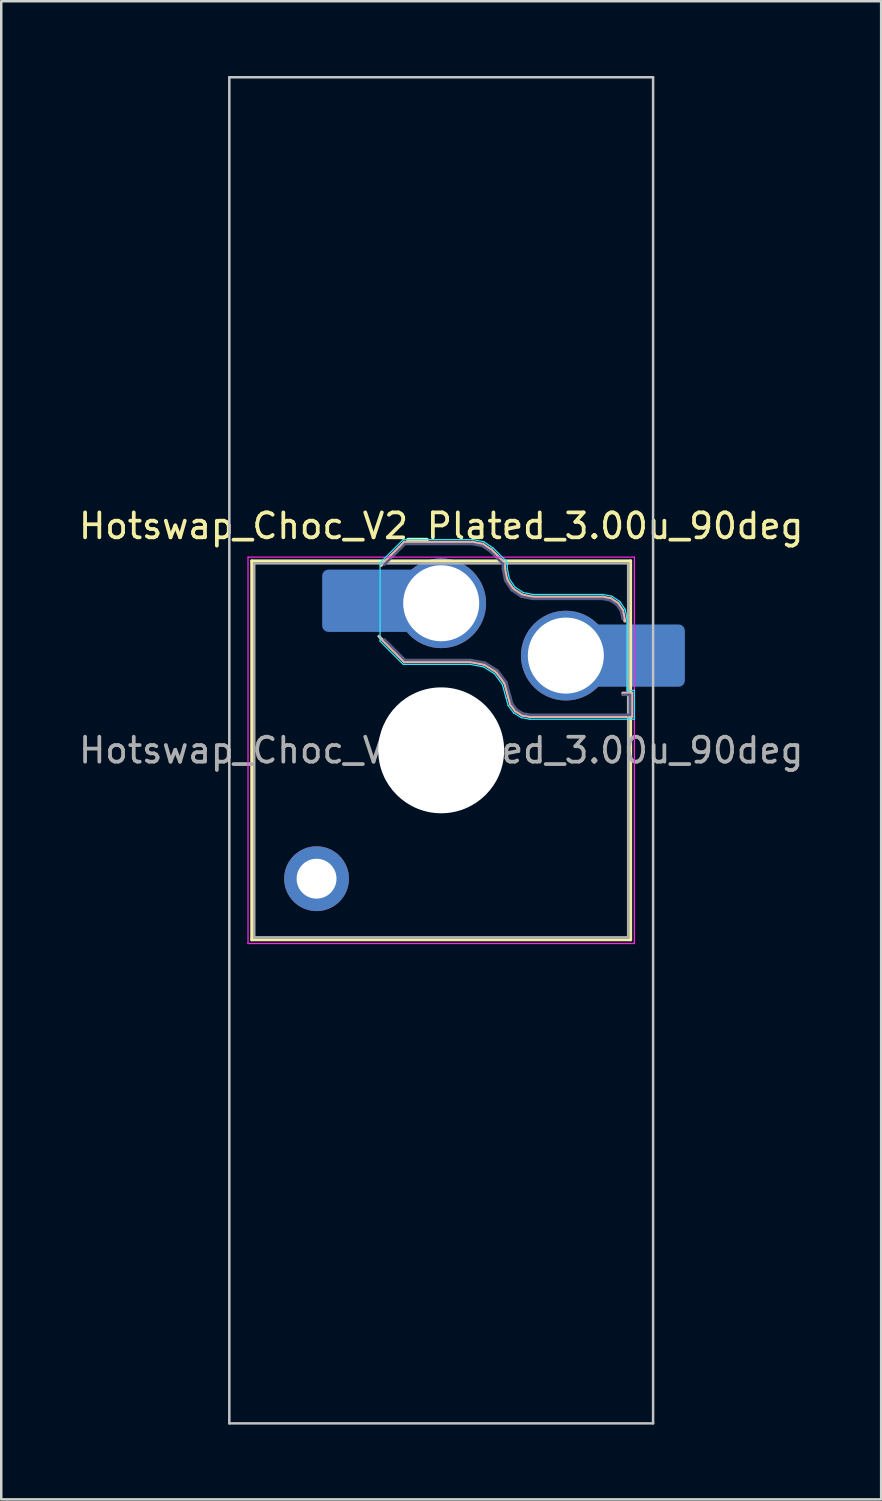
<source format=kicad_pcb>
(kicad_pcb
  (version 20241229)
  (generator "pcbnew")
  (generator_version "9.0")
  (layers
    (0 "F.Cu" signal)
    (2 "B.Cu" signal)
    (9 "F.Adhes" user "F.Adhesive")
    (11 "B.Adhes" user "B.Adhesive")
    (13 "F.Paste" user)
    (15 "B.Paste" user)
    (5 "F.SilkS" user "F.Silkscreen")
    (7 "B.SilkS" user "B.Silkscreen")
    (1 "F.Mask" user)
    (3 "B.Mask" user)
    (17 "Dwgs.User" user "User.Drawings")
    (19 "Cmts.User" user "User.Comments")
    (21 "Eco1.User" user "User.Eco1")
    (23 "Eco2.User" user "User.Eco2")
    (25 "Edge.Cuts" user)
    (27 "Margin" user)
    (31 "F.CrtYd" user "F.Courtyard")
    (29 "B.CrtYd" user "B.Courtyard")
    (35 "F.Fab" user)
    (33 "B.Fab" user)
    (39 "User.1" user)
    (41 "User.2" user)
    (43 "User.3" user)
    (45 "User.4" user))
  (footprint "Hotswap_Choc_V2_Plated_3.00u_90deg"
    (layer "F.Cu")
    (at 14.649 27.05)
    (property "Reference" "Hotswap_Choc_V2_Plated_3.00u_90deg" (at 0 -9 0) (layer "F.SilkS") (effects (font (size 1 1) (thickness 0.15))))
    (attr smd)
    (fp_line (start -7.6 -7.6) (end -7.6 7.6) (stroke (width 0.12) (type solid)) (layer "F.SilkS"))
    (fp_line (start -7.6 7.6) (end 7.6 7.6) (stroke (width 0.12) (type solid)) (layer "F.SilkS"))
    (fp_line (start 7.6 -7.6) (end -7.6 -7.6) (stroke (width 0.12) (type solid)) (layer "F.SilkS"))
    (fp_line (start 7.6 7.6) (end 7.6 -7.6) (stroke (width 0.12) (type solid)) (layer "F.SilkS"))
    (fp_line (start -2.416 -7.409) (end -1.479 -8.346) (stroke (width 0.12) (type solid)) (layer "B.SilkS"))
    (fp_line (start -1.479 -8.346) (end 1.268 -8.346) (stroke (width 0.12) (type solid)) (layer "B.SilkS"))
    (fp_line (start -1.479 -3.554) (end -2.5 -4.575) (stroke (width 0.12) (type solid)) (layer "B.SilkS"))
    (fp_line (start 1.168 -3.554) (end -1.479 -3.554) (stroke (width 0.12) (type solid)) (layer "B.SilkS"))
    (fp_line (start 1.268 -8.346) (end 1.671 -8.266) (stroke (width 0.12) (type solid)) (layer "B.SilkS"))
    (fp_line (start 1.671 -8.266) (end 2.013 -8.037) (stroke (width 0.12) (type solid)) (layer "B.SilkS"))
    (fp_line (start 1.73 -3.449) (end 1.168 -3.554) (stroke (width 0.12) (type solid)) (layer "B.SilkS"))
    (fp_line (start 2.013 -8.037) (end 2.546 -7.504) (stroke (width 0.12) (type solid)) (layer "B.SilkS"))
    (fp_line (start 2.209 -3.15) (end 1.73 -3.449) (stroke (width 0.12) (type solid)) (layer "B.SilkS"))
    (fp_line (start 2.546 -7.504) (end 2.546 -7.282) (stroke (width 0.12) (type solid)) (layer "B.SilkS"))
    (fp_line (start 2.546 -7.282) (end 2.633 -6.844) (stroke (width 0.12) (type solid)) (layer "B.SilkS"))
    (fp_line (start 2.547 -2.697) (end 2.209 -3.15) (stroke (width 0.12) (type solid)) (layer "B.SilkS"))
    (fp_line (start 2.633 -6.844) (end 2.877 -6.477) (stroke (width 0.12) (type solid)) (layer "B.SilkS"))
    (fp_line (start 2.701 -2.139) (end 2.547 -2.697) (stroke (width 0.12) (type solid)) (layer "B.SilkS"))
    (fp_line (start 2.783 -1.841) (end 2.701 -2.139) (stroke (width 0.12) (type solid)) (layer "B.SilkS"))
    (fp_line (start 2.877 -6.477) (end 3.244 -6.233) (stroke (width 0.12) (type solid)) (layer "B.SilkS"))
    (fp_line (start 2.976 -1.583) (end 2.783 -1.841) (stroke (width 0.12) (type solid)) (layer "B.SilkS"))
    (fp_line (start 3.244 -6.233) (end 3.682 -6.146) (stroke (width 0.12) (type solid)) (layer "B.SilkS"))
    (fp_line (start 3.25 -1.413) (end 2.976 -1.583) (stroke (width 0.12) (type solid)) (layer "B.SilkS"))
    (fp_line (start 3.56 -1.354) (end 3.25 -1.413) (stroke (width 0.12) (type solid)) (layer "B.SilkS"))
    (fp_line (start 3.682 -6.146) (end 6.482 -6.146) (stroke (width 0.12) (type solid)) (layer "B.SilkS"))
    (fp_line (start 6.482 -6.146) (end 6.809 -6.081) (stroke (width 0.12) (type solid)) (layer "B.SilkS"))
    (fp_line (start 6.809 -6.081) (end 7.092 -5.892) (stroke (width 0.12) (type solid)) (layer "B.SilkS"))
    (fp_line (start 7.092 -5.892) (end 7.281 -5.609) (stroke (width 0.12) (type solid)) (layer "B.SilkS"))
    (fp_line (start 7.281 -5.609) (end 7.366 -5.182) (stroke (width 0.12) (type solid)) (layer "B.SilkS"))
    (fp_line (start 7.283 -2.296) (end 7.646 -2.296) (stroke (width 0.12) (type solid)) (layer "B.SilkS"))
    (fp_line (start 7.646 -2.296) (end 7.646 -1.354) (stroke (width 0.12) (type solid)) (layer "B.SilkS"))
    (fp_line (start 7.646 -1.354) (end 3.56 -1.354) (stroke (width 0.12) (type solid)) (layer "B.SilkS"))
    (fp_line (start -8.5 -27) (end 8.5 -27) (stroke (width 0.1) (type solid)) (layer "Dwgs.User"))
    (fp_line (start -8.5 27) (end -8.5 -27) (stroke (width 0.1) (type solid)) (layer "Dwgs.User"))
    (fp_line (start 8.5 -27) (end 8.5 27) (stroke (width 0.1) (type solid)) (layer "Dwgs.User"))
    (fp_line (start 8.5 27) (end -8.5 27) (stroke (width 0.1) (type solid)) (layer "Dwgs.User"))
    (fp_line (start -7.25 -7.25) (end -7.25 7.25) (stroke (width 0.1) (type solid)) (layer "Eco1.User"))
    (fp_line (start -7.25 7.25) (end 7.25 7.25) (stroke (width 0.1) (type solid)) (layer "Eco1.User"))
    (fp_line (start 7.25 -7.25) (end -7.25 -7.25) (stroke (width 0.1) (type solid)) (layer "Eco1.User"))
    (fp_line (start 7.25 7.25) (end 7.25 -7.25) (stroke (width 0.1) (type solid)) (layer "Eco1.User"))
    (fp_line (start -2.452 -7.523) (end -1.523 -8.452) (stroke (width 0.05) (type solid)) (layer "B.CrtYd"))
    (fp_line (start -2.452 -4.377) (end -2.452 -7.523) (stroke (width 0.05) (type solid)) (layer "B.CrtYd"))
    (fp_line (start -1.523 -8.452) (end 1.278 -8.452) (stroke (width 0.05) (type solid)) (layer "B.CrtYd"))
    (fp_line (start -1.523 -3.448) (end -2.452 -4.377) (stroke (width 0.05) (type solid)) (layer "B.CrtYd"))
    (fp_line (start 1.159 -3.448) (end -1.523 -3.448) (stroke (width 0.05) (type solid)) (layer "B.CrtYd"))
    (fp_line (start 1.278 -8.452) (end 1.712 -8.366) (stroke (width 0.05) (type solid)) (layer "B.CrtYd"))
    (fp_line (start 1.691 -3.348) (end 1.159 -3.448) (stroke (width 0.05) (type solid)) (layer "B.CrtYd"))
    (fp_line (start 1.712 -8.366) (end 2.081 -8.119) (stroke (width 0.05) (type solid)) (layer "B.CrtYd"))
    (fp_line (start 2.081 -8.119) (end 2.652 -7.548) (stroke (width 0.05) (type solid)) (layer "B.CrtYd"))
    (fp_line (start 2.136 -3.071) (end 1.691 -3.348) (stroke (width 0.05) (type solid)) (layer "B.CrtYd"))
    (fp_line (start 2.45 -2.65) (end 2.136 -3.071) (stroke (width 0.05) (type solid)) (layer "B.CrtYd"))
    (fp_line (start 2.599 -2.111) (end 2.45 -2.65) (stroke (width 0.05) (type solid)) (layer "B.CrtYd"))
    (fp_line (start 2.652 -7.548) (end 2.652 -7.292) (stroke (width 0.05) (type solid)) (layer "B.CrtYd"))
    (fp_line (start 2.652 -7.292) (end 2.733 -6.885) (stroke (width 0.05) (type solid)) (layer "B.CrtYd"))
    (fp_line (start 2.687 -1.794) (end 2.599 -2.111) (stroke (width 0.05) (type solid)) (layer "B.CrtYd"))
    (fp_line (start 2.733 -6.885) (end 2.953 -6.553) (stroke (width 0.05) (type solid)) (layer "B.CrtYd"))
    (fp_line (start 2.903 -1.503) (end 2.687 -1.794) (stroke (width 0.05) (type solid)) (layer "B.CrtYd"))
    (fp_line (start 2.953 -6.553) (end 3.285 -6.333) (stroke (width 0.05) (type solid)) (layer "B.CrtYd"))
    (fp_line (start 3.211 -1.312) (end 2.903 -1.503) (stroke (width 0.05) (type solid)) (layer "B.CrtYd"))
    (fp_line (start 3.285 -6.333) (end 3.692 -6.252) (stroke (width 0.05) (type solid)) (layer "B.CrtYd"))
    (fp_line (start 3.55 -1.248) (end 3.211 -1.312) (stroke (width 0.05) (type solid)) (layer "B.CrtYd"))
    (fp_line (start 3.692 -6.252) (end 6.492 -6.252) (stroke (width 0.05) (type solid)) (layer "B.CrtYd"))
    (fp_line (start 6.492 -6.252) (end 6.85 -6.181) (stroke (width 0.05) (type solid)) (layer "B.CrtYd"))
    (fp_line (start 6.85 -6.181) (end 7.168 -5.968) (stroke (width 0.05) (type solid)) (layer "B.CrtYd"))
    (fp_line (start 7.168 -5.968) (end 7.381 -5.65) (stroke (width 0.05) (type solid)) (layer "B.CrtYd"))
    (fp_line (start 7.381 -5.65) (end 7.452 -5.292) (stroke (width 0.05) (type solid)) (layer "B.CrtYd"))
    (fp_line (start 7.452 -5.292) (end 7.452 -2.402) (stroke (width 0.05) (type solid)) (layer "B.CrtYd"))
    (fp_line (start 7.452 -2.402) (end 7.752 -2.402) (stroke (width 0.05) (type solid)) (layer "B.CrtYd"))
    (fp_line (start 7.752 -2.402) (end 7.752 -1.248) (stroke (width 0.05) (type solid)) (layer "B.CrtYd"))
    (fp_line (start 7.752 -1.248) (end 3.55 -1.248) (stroke (width 0.05) (type solid)) (layer "B.CrtYd"))
    (fp_line (start -7.75 -7.75) (end -7.75 7.75) (stroke (width 0.05) (type solid)) (layer "F.CrtYd"))
    (fp_line (start -7.75 7.75) (end 7.75 7.75) (stroke (width 0.05) (type solid)) (layer "F.CrtYd"))
    (fp_line (start 7.75 -7.75) (end -7.75 -7.75) (stroke (width 0.05) (type solid)) (layer "F.CrtYd"))
    (fp_line (start 7.75 7.75) (end 7.75 -7.75) (stroke (width 0.05) (type solid)) (layer "F.CrtYd"))
    (fp_line (start -2.275 -7.45) (end -1.45 -8.275) (stroke (width 0.1) (type solid)) (layer "B.Fab"))
    (fp_line (start -1.45 -8.275) (end 1.261 -8.275) (stroke (width 0.1) (type solid)) (layer "B.Fab"))
    (fp_line (start -1.45 -3.625) (end -2.275 -4.45) (stroke (width 0.1) (type solid)) (layer "B.Fab"))
    (fp_line (start 1.175 -3.625) (end -1.45 -3.625) (stroke (width 0.1) (type solid)) (layer "B.Fab"))
    (fp_line (start 1.261 -8.275) (end 1.643 -8.199) (stroke (width 0.1) (type solid)) (layer "B.Fab"))
    (fp_line (start 1.643 -8.199) (end 1.968 -7.982) (stroke (width 0.1) (type solid)) (layer "B.Fab"))
    (fp_line (start 1.756 -3.516) (end 1.175 -3.625) (stroke (width 0.1) (type solid)) (layer "B.Fab"))
    (fp_line (start 1.968 -7.982) (end 2.475 -7.475) (stroke (width 0.1) (type solid)) (layer "B.Fab"))
    (fp_line (start 2.258 -3.203) (end 1.756 -3.516) (stroke (width 0.1) (type solid)) (layer "B.Fab"))
    (fp_line (start 2.475 -7.475) (end 2.475 -7.275) (stroke (width 0.1) (type solid)) (layer "B.Fab"))
    (fp_line (start 2.475 -7.275) (end 2.566 -6.816) (stroke (width 0.1) (type solid)) (layer "B.Fab"))
    (fp_line (start 2.566 -6.816) (end 2.826 -6.426) (stroke (width 0.1) (type solid)) (layer "B.Fab"))
    (fp_line (start 2.612 -2.729) (end 2.258 -3.203) (stroke (width 0.1) (type solid)) (layer "B.Fab"))
    (fp_line (start 2.769 -2.158) (end 2.612 -2.729) (stroke (width 0.1) (type solid)) (layer "B.Fab"))
    (fp_line (start 2.826 -6.426) (end 3.216 -6.166) (stroke (width 0.1) (type solid)) (layer "B.Fab"))
    (fp_line (start 2.848 -1.873) (end 2.769 -2.158) (stroke (width 0.1) (type solid)) (layer "B.Fab"))
    (fp_line (start 3.025 -1.636) (end 2.848 -1.873) (stroke (width 0.1) (type solid)) (layer "B.Fab"))
    (fp_line (start 3.216 -6.166) (end 3.675 -6.075) (stroke (width 0.1) (type solid)) (layer "B.Fab"))
    (fp_line (start 3.276 -1.48) (end 3.025 -1.636) (stroke (width 0.1) (type solid)) (layer "B.Fab"))
    (fp_line (start 3.567 -1.425) (end 3.276 -1.48) (stroke (width 0.1) (type solid)) (layer "B.Fab"))
    (fp_line (start 3.675 -6.075) (end 6.475 -6.075) (stroke (width 0.1) (type solid)) (layer "B.Fab"))
    (fp_line (start 6.475 -6.075) (end 6.781 -6.014) (stroke (width 0.1) (type solid)) (layer "B.Fab"))
    (fp_line (start 6.781 -6.014) (end 7.041 -5.841) (stroke (width 0.1) (type solid)) (layer "B.Fab"))
    (fp_line (start 7.041 -5.841) (end 7.214 -5.581) (stroke (width 0.1) (type solid)) (layer "B.Fab"))
    (fp_line (start 7.214 -5.581) (end 7.275 -5.275) (stroke (width 0.1) (type solid)) (layer "B.Fab"))
    (fp_line (start 7.275 -2.225) (end 7.575 -2.225) (stroke (width 0.1) (type solid)) (layer "B.Fab"))
    (fp_line (start 7.575 -2.225) (end 7.575 -1.425) (stroke (width 0.1) (type solid)) (layer "B.Fab"))
    (fp_line (start 7.575 -1.425) (end 3.567 -1.425) (stroke (width 0.1) (type solid)) (layer "B.Fab"))
    (fp_line (start -7.5 -7.5) (end -7.5 7.5) (stroke (width 0.1) (type solid)) (layer "F.Fab"))
    (fp_line (start -7.5 7.5) (end 7.5 7.5) (stroke (width 0.1) (type solid)) (layer "F.Fab"))
    (fp_line (start 7.5 -7.5) (end -7.5 -7.5) (stroke (width 0.1) (type solid)) (layer "F.Fab"))
    (fp_line (start 7.5 7.5) (end 7.5 -7.5) (stroke (width 0.1) (type solid)) (layer "F.Fab"))
    (fp_text user "${REFERENCE}" (at 0 0 0) (layer "F.Fab") (effects (font (size 1 1) (thickness 0.15))))
    (pad "" thru_hole circle (at -5 5.15) (size 2.6 2.6) (drill 1.6) (layers "*.Cu" "*.Mask"))
    (pad "" smd roundrect (at -3.5 -6) (size 2.55 2.5) (layers "B.Mask" "B.Paste") (roundrect_rratio 0.1))
    (pad "" np_thru_hole circle (at 0 0) (size 5.05 5.05) (drill 5.05) (layers "*.Cu" "*.Mask"))
    (pad "" smd roundrect (at 8.5 -3.8) (size 2.55 2.5) (layers "B.Mask" "B.Paste") (roundrect_rratio 0.1))
    (pad "1" smd roundrect (at -2.85 -6) (size 3.85 2.5) (layers "B.Cu") (roundrect_rratio 0.1))
    (pad "1" thru_hole circle (at 0 -5.9) (size 3.6 3.6) (drill 3.05) (layers "*.Cu" "*.Mask"))
    (pad "2" thru_hole circle (at 5 -3.8) (size 3.6 3.6) (drill 3.05) (layers "*.Cu" "*.Mask"))
    (pad "2" smd roundrect (at 7.85 -3.8) (size 3.85 2.5) (layers "B.Cu") (roundrect_rratio 0.1)))
  (gr_rect
    (start -3 -3)
    (end 32.298 57.1)
    (stroke (width 0.1) (type default))
    (fill no)
    (layer "Edge.Cuts")))
</source>
